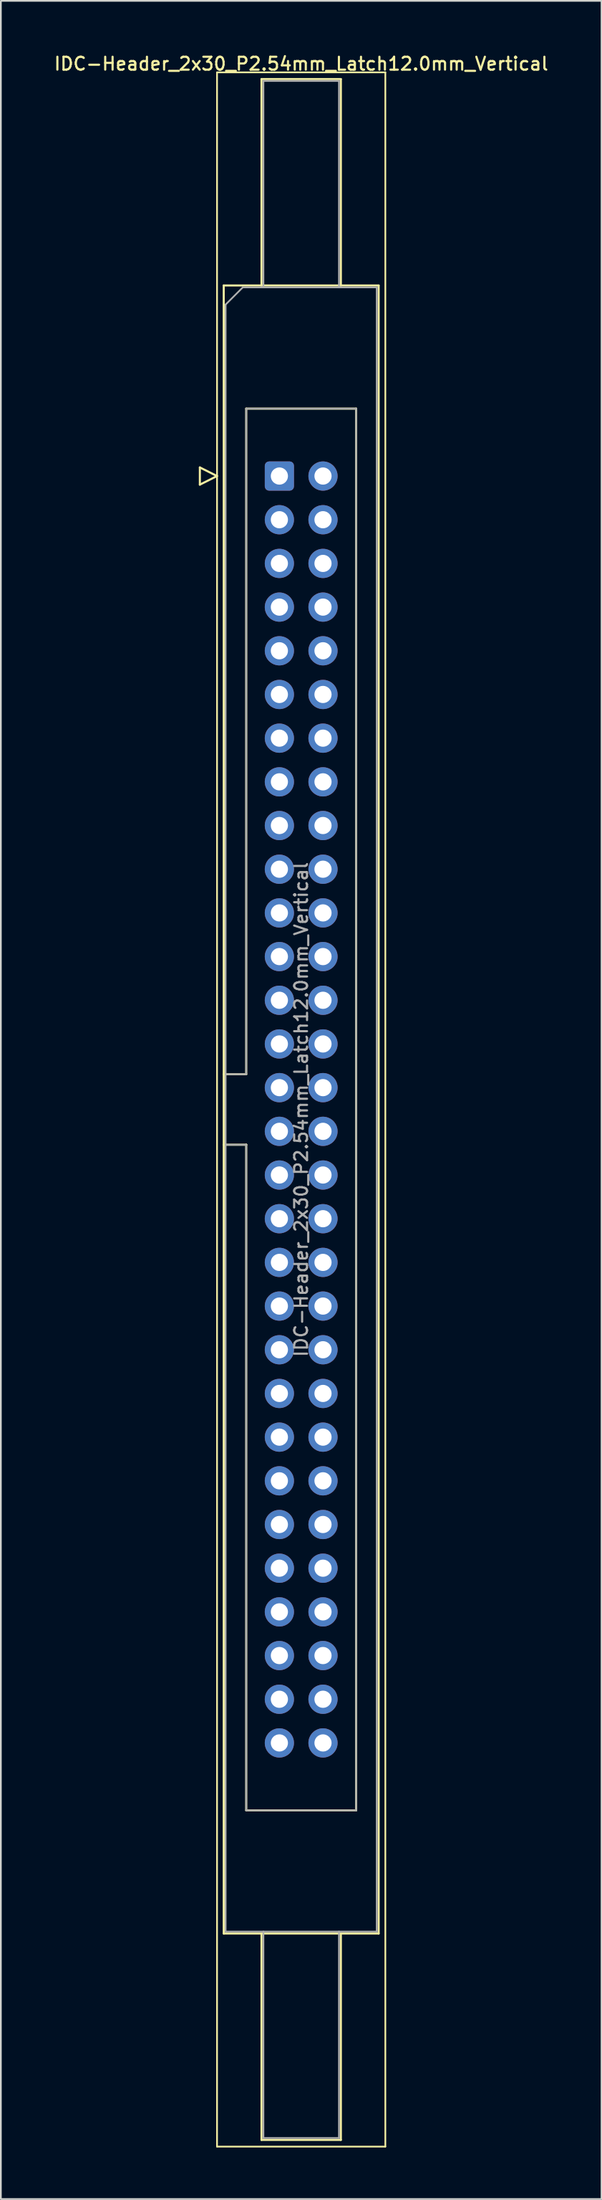
<source format=kicad_pcb>
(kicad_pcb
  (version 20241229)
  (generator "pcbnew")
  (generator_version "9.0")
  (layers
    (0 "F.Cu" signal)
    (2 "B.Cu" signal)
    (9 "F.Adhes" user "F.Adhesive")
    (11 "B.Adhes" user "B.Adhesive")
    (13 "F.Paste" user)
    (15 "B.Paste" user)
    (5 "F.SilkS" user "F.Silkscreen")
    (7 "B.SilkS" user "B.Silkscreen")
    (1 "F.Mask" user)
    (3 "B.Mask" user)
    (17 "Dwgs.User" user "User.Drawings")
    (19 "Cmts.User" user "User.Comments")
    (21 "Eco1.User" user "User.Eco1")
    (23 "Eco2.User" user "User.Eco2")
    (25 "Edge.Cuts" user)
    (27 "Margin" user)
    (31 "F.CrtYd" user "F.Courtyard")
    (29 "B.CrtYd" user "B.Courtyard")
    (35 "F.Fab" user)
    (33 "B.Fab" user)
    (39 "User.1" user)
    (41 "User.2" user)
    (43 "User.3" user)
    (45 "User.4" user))
  (footprint "IDC-Header_2x30_P2.54mm_Latch12.0mm_Vertical"
    (layer "F.Cu")
    (at 13.217 24.628)
    (property "Reference" "IDC-Header_2x30_P2.54mm_Latch12.0mm_Vertical" (at 1.27 -23.97 0) (layer "F.SilkS") (effects (font (size 0.75 0.75) (thickness 0.125))))
    (attr through_hole)
    (fp_line (start -4.63 -0.5) (end -4.63 0.5) (stroke (width 0.12) (type solid)) (layer "F.SilkS"))
    (fp_line (start -4.63 0.5) (end -3.63 0) (stroke (width 0.12) (type solid)) (layer "F.SilkS"))
    (fp_line (start -3.63 -23.47) (end -3.63 97.13) (stroke (width 0.1) (type solid)) (layer "F.SilkS"))
    (fp_line (start -3.63 0) (end -4.63 -0.5) (stroke (width 0.12) (type solid)) (layer "F.SilkS"))
    (fp_line (start -3.63 97.13) (end 6.17 97.13) (stroke (width 0.1) (type solid)) (layer "F.SilkS"))
    (fp_line (start -3.24 -11.08) (end 5.78 -11.08) (stroke (width 0.12) (type solid)) (layer "F.SilkS"))
    (fp_line (start -3.24 34.78) (end -1.93 34.78) (stroke (width 0.12) (type solid)) (layer "F.SilkS"))
    (fp_line (start -3.24 84.74) (end -3.24 -11.08) (stroke (width 0.12) (type solid)) (layer "F.SilkS"))
    (fp_line (start -1.93 -3.92) (end 4.47 -3.92) (stroke (width 0.12) (type solid)) (layer "F.SilkS"))
    (fp_line (start -1.93 34.78) (end -1.93 -3.92) (stroke (width 0.12) (type solid)) (layer "F.SilkS"))
    (fp_line (start -1.93 38.88) (end -3.24 38.88) (stroke (width 0.12) (type solid)) (layer "F.SilkS"))
    (fp_line (start -1.93 38.88) (end -1.93 38.88) (stroke (width 0.12) (type solid)) (layer "F.SilkS"))
    (fp_line (start -1.93 77.58) (end -1.93 38.88) (stroke (width 0.12) (type solid)) (layer "F.SilkS"))
    (fp_line (start -1.04 -23.08) (end 3.58 -23.08) (stroke (width 0.12) (type solid)) (layer "F.SilkS"))
    (fp_line (start -1.04 -11.08) (end -1.04 -23.08) (stroke (width 0.12) (type solid)) (layer "F.SilkS"))
    (fp_line (start -1.04 84.74) (end -1.04 96.74) (stroke (width 0.12) (type solid)) (layer "F.SilkS"))
    (fp_line (start -1.04 96.74) (end 3.58 96.74) (stroke (width 0.12) (type solid)) (layer "F.SilkS"))
    (fp_line (start 3.58 -23.08) (end 3.58 -11.08) (stroke (width 0.12) (type solid)) (layer "F.SilkS"))
    (fp_line (start 3.58 96.74) (end 3.58 84.74) (stroke (width 0.12) (type solid)) (layer "F.SilkS"))
    (fp_line (start 4.47 -3.92) (end 4.47 77.58) (stroke (width 0.12) (type solid)) (layer "F.SilkS"))
    (fp_line (start 4.47 77.58) (end -1.93 77.58) (stroke (width 0.12) (type solid)) (layer "F.SilkS"))
    (fp_line (start 5.78 -11.08) (end 5.78 84.74) (stroke (width 0.12) (type solid)) (layer "F.SilkS"))
    (fp_line (start 5.78 84.74) (end -3.24 84.74) (stroke (width 0.12) (type solid)) (layer "F.SilkS"))
    (fp_line (start 6.17 -23.47) (end -3.63 -23.47) (stroke (width 0.1) (type solid)) (layer "F.SilkS"))
    (fp_line (start 6.17 97.13) (end 6.17 -23.47) (stroke (width 0.1) (type solid)) (layer "F.SilkS"))
    (fp_line (start -3.13 -9.97) (end -2.13 -10.97) (stroke (width 0.1) (type solid)) (layer "F.Fab"))
    (fp_line (start -3.13 34.78) (end -1.93 34.78) (stroke (width 0.1) (type solid)) (layer "F.Fab"))
    (fp_line (start -3.13 84.63) (end -3.13 -9.97) (stroke (width 0.1) (type solid)) (layer "F.Fab"))
    (fp_line (start -2.13 -10.97) (end 5.67 -10.97) (stroke (width 0.1) (type solid)) (layer "F.Fab"))
    (fp_line (start -1.93 -3.92) (end 4.47 -3.92) (stroke (width 0.1) (type solid)) (layer "F.Fab"))
    (fp_line (start -1.93 34.78) (end -1.93 -3.92) (stroke (width 0.1) (type solid)) (layer "F.Fab"))
    (fp_line (start -1.93 38.88) (end -3.13 38.88) (stroke (width 0.1) (type solid)) (layer "F.Fab"))
    (fp_line (start -1.93 38.88) (end -1.93 38.88) (stroke (width 0.1) (type solid)) (layer "F.Fab"))
    (fp_line (start -1.93 77.58) (end -1.93 38.88) (stroke (width 0.1) (type solid)) (layer "F.Fab"))
    (fp_line (start -0.93 -22.97) (end 3.47 -22.97) (stroke (width 0.1) (type solid)) (layer "F.Fab"))
    (fp_line (start -0.93 -10.97) (end -0.93 -22.97) (stroke (width 0.1) (type solid)) (layer "F.Fab"))
    (fp_line (start -0.93 84.63) (end -0.93 96.63) (stroke (width 0.1) (type solid)) (layer "F.Fab"))
    (fp_line (start -0.93 96.63) (end 3.47 96.63) (stroke (width 0.1) (type solid)) (layer "F.Fab"))
    (fp_line (start 3.47 -22.97) (end 3.47 -10.97) (stroke (width 0.1) (type solid)) (layer "F.Fab"))
    (fp_line (start 3.47 96.63) (end 3.47 84.63) (stroke (width 0.1) (type solid)) (layer "F.Fab"))
    (fp_line (start 4.47 -3.92) (end 4.47 77.58) (stroke (width 0.1) (type solid)) (layer "F.Fab"))
    (fp_line (start 4.47 77.58) (end -1.93 77.58) (stroke (width 0.1) (type solid)) (layer "F.Fab"))
    (fp_line (start 5.67 -10.97) (end 5.67 84.63) (stroke (width 0.1) (type solid)) (layer "F.Fab"))
    (fp_line (start 5.67 84.63) (end -3.13 84.63) (stroke (width 0.1) (type solid)) (layer "F.Fab"))
    (fp_text user "${REFERENCE}" (at 1.27 36.83 90) (layer "F.Fab") (effects (font (size 0.75 0.75) (thickness 0.125))))
    (pad "1" thru_hole roundrect (at 0 0) (size 1.7 1.7) (drill 1) (layers "*.Cu" "*.Mask") (roundrect_rratio 0.147))
    (pad "2" thru_hole circle (at 2.54 0) (size 1.7 1.7) (drill 1) (layers "*.Cu" "*.Mask"))
    (pad "3" thru_hole circle (at 0 2.54) (size 1.7 1.7) (drill 1) (layers "*.Cu" "*.Mask"))
    (pad "4" thru_hole circle (at 2.54 2.54) (size 1.7 1.7) (drill 1) (layers "*.Cu" "*.Mask"))
    (pad "5" thru_hole circle (at 0 5.08) (size 1.7 1.7) (drill 1) (layers "*.Cu" "*.Mask"))
    (pad "6" thru_hole circle (at 2.54 5.08) (size 1.7 1.7) (drill 1) (layers "*.Cu" "*.Mask"))
    (pad "7" thru_hole circle (at 0 7.62) (size 1.7 1.7) (drill 1) (layers "*.Cu" "*.Mask"))
    (pad "8" thru_hole circle (at 2.54 7.62) (size 1.7 1.7) (drill 1) (layers "*.Cu" "*.Mask"))
    (pad "9" thru_hole circle (at 0 10.16) (size 1.7 1.7) (drill 1) (layers "*.Cu" "*.Mask"))
    (pad "10" thru_hole circle (at 2.54 10.16) (size 1.7 1.7) (drill 1) (layers "*.Cu" "*.Mask"))
    (pad "11" thru_hole circle (at 0 12.7) (size 1.7 1.7) (drill 1) (layers "*.Cu" "*.Mask"))
    (pad "12" thru_hole circle (at 2.54 12.7) (size 1.7 1.7) (drill 1) (layers "*.Cu" "*.Mask"))
    (pad "13" thru_hole circle (at 0 15.24) (size 1.7 1.7) (drill 1) (layers "*.Cu" "*.Mask"))
    (pad "14" thru_hole circle (at 2.54 15.24) (size 1.7 1.7) (drill 1) (layers "*.Cu" "*.Mask"))
    (pad "15" thru_hole circle (at 0 17.78) (size 1.7 1.7) (drill 1) (layers "*.Cu" "*.Mask"))
    (pad "16" thru_hole circle (at 2.54 17.78) (size 1.7 1.7) (drill 1) (layers "*.Cu" "*.Mask"))
    (pad "17" thru_hole circle (at 0 20.32) (size 1.7 1.7) (drill 1) (layers "*.Cu" "*.Mask"))
    (pad "18" thru_hole circle (at 2.54 20.32) (size 1.7 1.7) (drill 1) (layers "*.Cu" "*.Mask"))
    (pad "19" thru_hole circle (at 0 22.86) (size 1.7 1.7) (drill 1) (layers "*.Cu" "*.Mask"))
    (pad "20" thru_hole circle (at 2.54 22.86) (size 1.7 1.7) (drill 1) (layers "*.Cu" "*.Mask"))
    (pad "21" thru_hole circle (at 0 25.4) (size 1.7 1.7) (drill 1) (layers "*.Cu" "*.Mask"))
    (pad "22" thru_hole circle (at 2.54 25.4) (size 1.7 1.7) (drill 1) (layers "*.Cu" "*.Mask"))
    (pad "23" thru_hole circle (at 0 27.94) (size 1.7 1.7) (drill 1) (layers "*.Cu" "*.Mask"))
    (pad "24" thru_hole circle (at 2.54 27.94) (size 1.7 1.7) (drill 1) (layers "*.Cu" "*.Mask"))
    (pad "25" thru_hole circle (at 0 30.48) (size 1.7 1.7) (drill 1) (layers "*.Cu" "*.Mask"))
    (pad "26" thru_hole circle (at 2.54 30.48) (size 1.7 1.7) (drill 1) (layers "*.Cu" "*.Mask"))
    (pad "27" thru_hole circle (at 0 33.02) (size 1.7 1.7) (drill 1) (layers "*.Cu" "*.Mask"))
    (pad "28" thru_hole circle (at 2.54 33.02) (size 1.7 1.7) (drill 1) (layers "*.Cu" "*.Mask"))
    (pad "29" thru_hole circle (at 0 35.56) (size 1.7 1.7) (drill 1) (layers "*.Cu" "*.Mask"))
    (pad "30" thru_hole circle (at 2.54 35.56) (size 1.7 1.7) (drill 1) (layers "*.Cu" "*.Mask"))
    (pad "31" thru_hole circle (at 0 38.1) (size 1.7 1.7) (drill 1) (layers "*.Cu" "*.Mask"))
    (pad "32" thru_hole circle (at 2.54 38.1) (size 1.7 1.7) (drill 1) (layers "*.Cu" "*.Mask"))
    (pad "33" thru_hole circle (at 0 40.64) (size 1.7 1.7) (drill 1) (layers "*.Cu" "*.Mask"))
    (pad "34" thru_hole circle (at 2.54 40.64) (size 1.7 1.7) (drill 1) (layers "*.Cu" "*.Mask"))
    (pad "35" thru_hole circle (at 0 43.18) (size 1.7 1.7) (drill 1) (layers "*.Cu" "*.Mask"))
    (pad "36" thru_hole circle (at 2.54 43.18) (size 1.7 1.7) (drill 1) (layers "*.Cu" "*.Mask"))
    (pad "37" thru_hole circle (at 0 45.72) (size 1.7 1.7) (drill 1) (layers "*.Cu" "*.Mask"))
    (pad "38" thru_hole circle (at 2.54 45.72) (size 1.7 1.7) (drill 1) (layers "*.Cu" "*.Mask"))
    (pad "39" thru_hole circle (at 0 48.26) (size 1.7 1.7) (drill 1) (layers "*.Cu" "*.Mask"))
    (pad "40" thru_hole circle (at 2.54 48.26) (size 1.7 1.7) (drill 1) (layers "*.Cu" "*.Mask"))
    (pad "41" thru_hole circle (at 0 50.8) (size 1.7 1.7) (drill 1) (layers "*.Cu" "*.Mask"))
    (pad "42" thru_hole circle (at 2.54 50.8) (size 1.7 1.7) (drill 1) (layers "*.Cu" "*.Mask"))
    (pad "43" thru_hole circle (at 0 53.34) (size 1.7 1.7) (drill 1) (layers "*.Cu" "*.Mask"))
    (pad "44" thru_hole circle (at 2.54 53.34) (size 1.7 1.7) (drill 1) (layers "*.Cu" "*.Mask"))
    (pad "45" thru_hole circle (at 0 55.88) (size 1.7 1.7) (drill 1) (layers "*.Cu" "*.Mask"))
    (pad "46" thru_hole circle (at 2.54 55.88) (size 1.7 1.7) (drill 1) (layers "*.Cu" "*.Mask"))
    (pad "47" thru_hole circle (at 0 58.42) (size 1.7 1.7) (drill 1) (layers "*.Cu" "*.Mask"))
    (pad "48" thru_hole circle (at 2.54 58.42) (size 1.7 1.7) (drill 1) (layers "*.Cu" "*.Mask"))
    (pad "49" thru_hole circle (at 0 60.96) (size 1.7 1.7) (drill 1) (layers "*.Cu" "*.Mask"))
    (pad "50" thru_hole circle (at 2.54 60.96) (size 1.7 1.7) (drill 1) (layers "*.Cu" "*.Mask"))
    (pad "51" thru_hole circle (at 0 63.5) (size 1.7 1.7) (drill 1) (layers "*.Cu" "*.Mask"))
    (pad "52" thru_hole circle (at 2.54 63.5) (size 1.7 1.7) (drill 1) (layers "*.Cu" "*.Mask"))
    (pad "53" thru_hole circle (at 0 66.04) (size 1.7 1.7) (drill 1) (layers "*.Cu" "*.Mask"))
    (pad "54" thru_hole circle (at 2.54 66.04) (size 1.7 1.7) (drill 1) (layers "*.Cu" "*.Mask"))
    (pad "55" thru_hole circle (at 0 68.58) (size 1.7 1.7) (drill 1) (layers "*.Cu" "*.Mask"))
    (pad "56" thru_hole circle (at 2.54 68.58) (size 1.7 1.7) (drill 1) (layers "*.Cu" "*.Mask"))
    (pad "57" thru_hole circle (at 0 71.12) (size 1.7 1.7) (drill 1) (layers "*.Cu" "*.Mask"))
    (pad "58" thru_hole circle (at 2.54 71.12) (size 1.7 1.7) (drill 1) (layers "*.Cu" "*.Mask"))
    (pad "59" thru_hole circle (at 0 73.66) (size 1.7 1.7) (drill 1) (layers "*.Cu" "*.Mask"))
    (pad "60" thru_hole circle (at 2.54 73.66) (size 1.7 1.7) (drill 1) (layers "*.Cu" "*.Mask")))
  (gr_rect
    (start -3 -3)
    (end 31.975 124.808)
    (stroke (width 0.1) (type default))
    (fill no)
    (layer "Edge.Cuts")))
</source>
